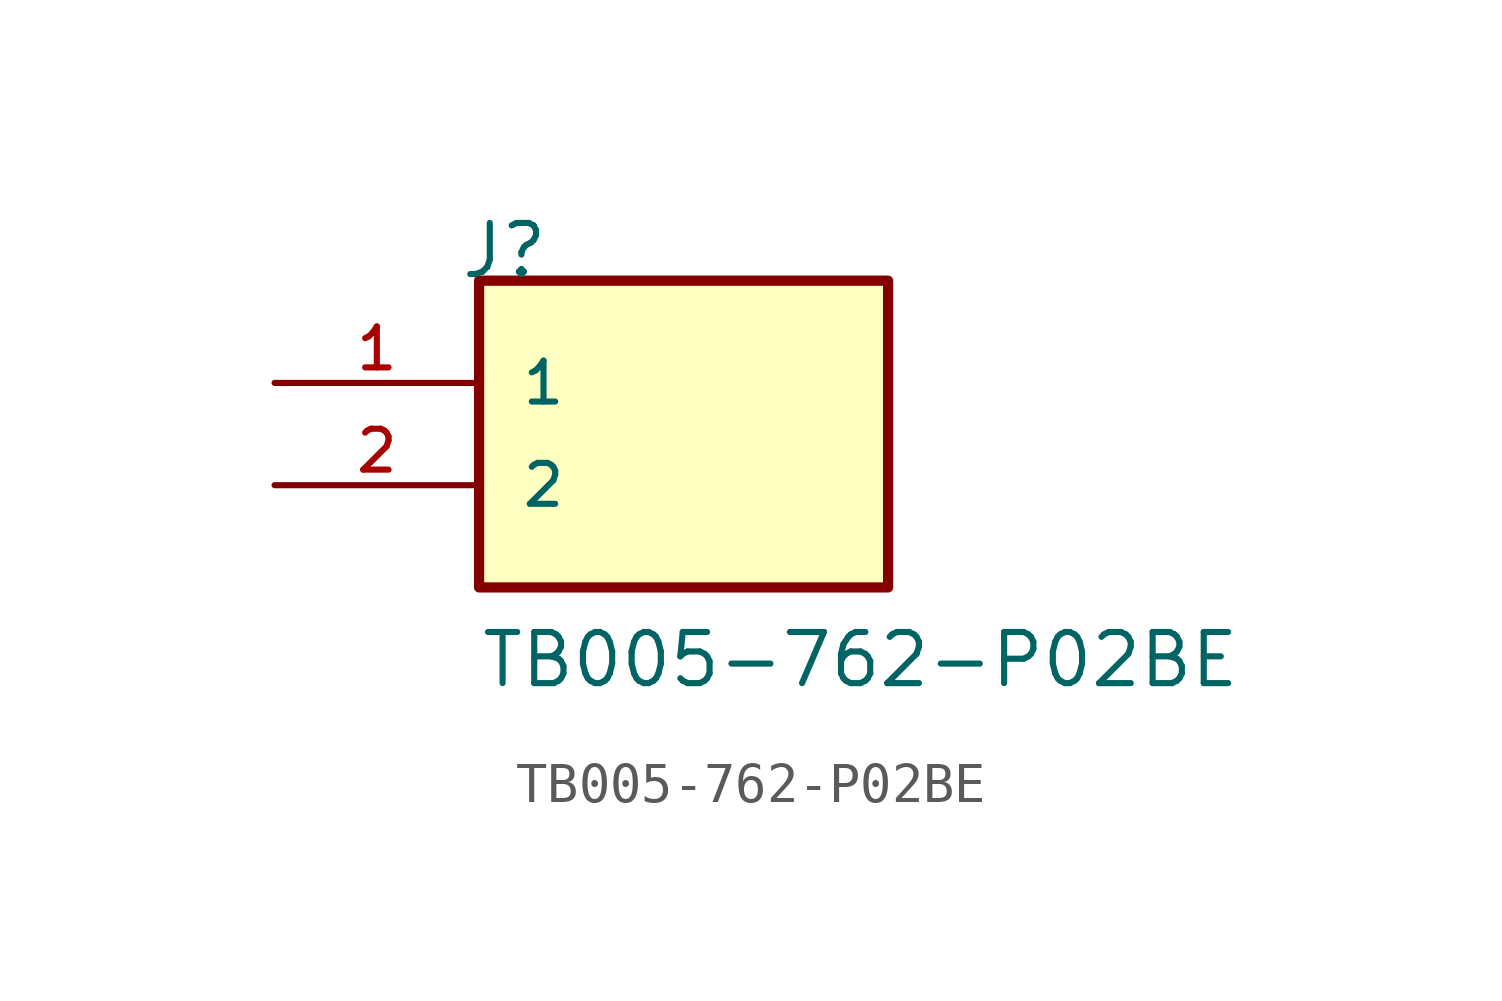
<source format=kicad_sym>
(kicad_symbol_lib
  (version 20211014)
  (generator kicad_symbol_editor)
  (symbol "TB005-762-P02BE"
    (pin_names
      (offset 1.016))
    (property "Reference" "J"
      (at -5.58 5.08 0)
      (effects (font (size 1.27 1.27)) (justify bottom left)))
    (property "Value" "TB005-762-P02BE"
      (at -5.08 -5.08 0)
      (effects (font (size 1.27 1.27)) (justify bottom left)))
    (symbol "TB005-762-P02BE_0_0"
      (rectangle (start -5.08 -2.54) (end 5.08 5.08) (stroke (width 0.254)) (fill (type background)))
      (pin passive line (at -10.16 2.54 0) (length 5.08) (name "1" (effects (font (size 1.016 1.016)))) (number "1" (effects (font (size 1.016 1.016)))))
      (pin passive line (at -10.16 0.0 0) (length 5.08) (name "2" (effects (font (size 1.016 1.016)))) (number "2" (effects (font (size 1.016 1.016))))))))
</source>
